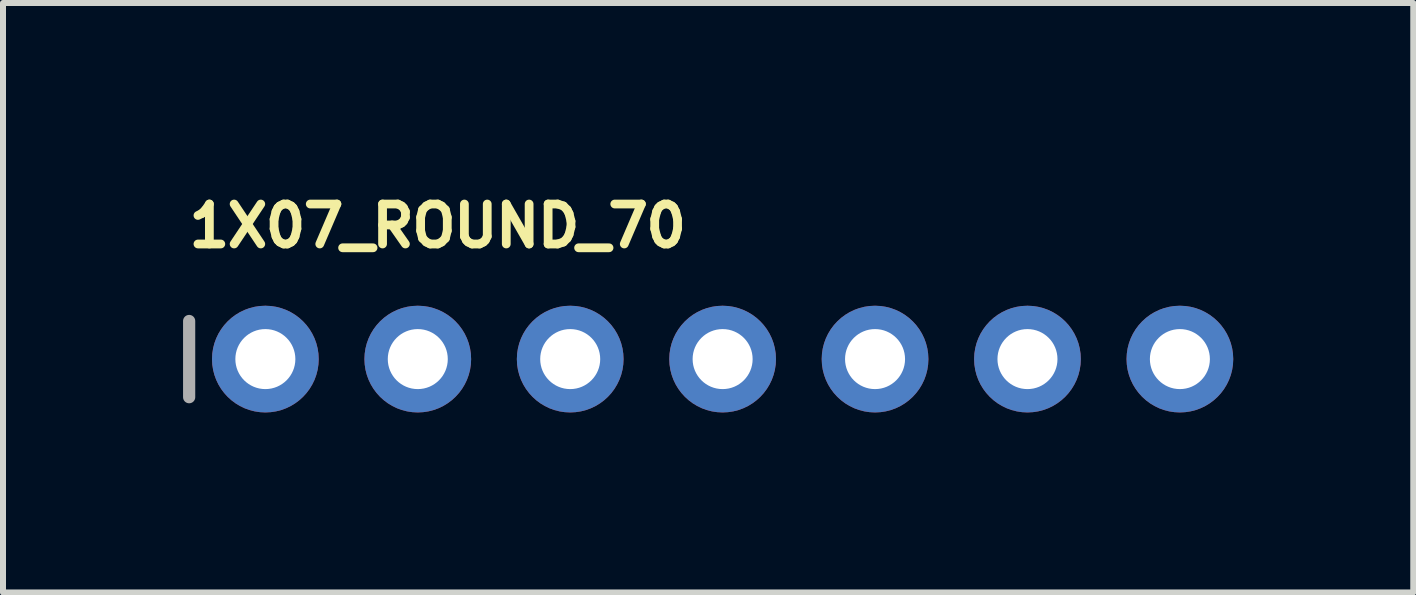
<source format=kicad_pcb>
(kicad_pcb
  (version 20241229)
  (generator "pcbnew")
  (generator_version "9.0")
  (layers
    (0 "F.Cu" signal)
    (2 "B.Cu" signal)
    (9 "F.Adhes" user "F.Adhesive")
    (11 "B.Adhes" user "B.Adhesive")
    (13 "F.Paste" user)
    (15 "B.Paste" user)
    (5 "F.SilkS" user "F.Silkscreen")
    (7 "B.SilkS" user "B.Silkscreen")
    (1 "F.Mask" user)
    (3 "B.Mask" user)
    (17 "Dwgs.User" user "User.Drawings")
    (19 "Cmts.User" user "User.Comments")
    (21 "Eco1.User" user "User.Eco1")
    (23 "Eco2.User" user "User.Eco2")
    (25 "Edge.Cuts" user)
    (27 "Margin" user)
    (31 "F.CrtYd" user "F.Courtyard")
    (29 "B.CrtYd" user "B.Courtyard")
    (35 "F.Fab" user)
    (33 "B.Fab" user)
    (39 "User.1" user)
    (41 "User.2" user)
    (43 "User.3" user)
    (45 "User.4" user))
  (footprint "1X07_ROUND_70"
    (layer "F.Cu")
    (at 8.992 2.934)
    (property "Reference" "1X07_ROUND_70" (at -8.966 -1.829 0) (layer "F.SilkS") (effects (font (size 0.666 0.666) (thickness 0.146)) (justify left bottom)))
    (fp_line (start -8.89 -0.635) (end -8.89 0.635) (stroke (width 0.203) (type solid)) (layer "F.Fab"))
    (fp_poly (pts (xy -7.874 0.254) (xy -7.366 0.254) (xy -7.366 -0.254) (xy -7.874 -0.254)) (stroke (width 0.1) (type default)) (fill no) (layer "F.Fab"))
    (fp_poly (pts (xy -5.334 0.254) (xy -4.826 0.254) (xy -4.826 -0.254) (xy -5.334 -0.254)) (stroke (width 0.1) (type default)) (fill no) (layer "F.Fab"))
    (fp_poly (pts (xy -2.794 0.254) (xy -2.286 0.254) (xy -2.286 -0.254) (xy -2.794 -0.254)) (stroke (width 0.1) (type default)) (fill no) (layer "F.Fab"))
    (fp_poly (pts (xy -0.254 0.254) (xy 0.254 0.254) (xy 0.254 -0.254) (xy -0.254 -0.254)) (stroke (width 0.1) (type default)) (fill no) (layer "F.Fab"))
    (fp_poly (pts (xy 2.286 0.254) (xy 2.794 0.254) (xy 2.794 -0.254) (xy 2.286 -0.254)) (stroke (width 0.1) (type default)) (fill no) (layer "F.Fab"))
    (fp_poly (pts (xy 4.826 0.254) (xy 5.334 0.254) (xy 5.334 -0.254) (xy 4.826 -0.254)) (stroke (width 0.1) (type default)) (fill no) (layer "F.Fab"))
    (fp_poly (pts (xy 7.366 0.254) (xy 7.874 0.254) (xy 7.874 -0.254) (xy 7.366 -0.254)) (stroke (width 0.1) (type default)) (fill no) (layer "F.Fab"))
    (pad "1" thru_hole circle (at -7.62 0 90) (size 1.778 1.778) (drill 1) (layers "*.Cu" "*.Mask"))
    (pad "2" thru_hole circle (at -5.08 0 90) (size 1.778 1.778) (drill 1) (layers "*.Cu" "*.Mask"))
    (pad "3" thru_hole circle (at -2.54 0 90) (size 1.778 1.778) (drill 1) (layers "*.Cu" "*.Mask"))
    (pad "4" thru_hole circle (at 0 0 90) (size 1.778 1.778) (drill 1) (layers "*.Cu" "*.Mask"))
    (pad "5" thru_hole circle (at 2.54 0 90) (size 1.778 1.778) (drill 1) (layers "*.Cu" "*.Mask"))
    (pad "6" thru_hole circle (at 5.08 0 90) (size 1.778 1.778) (drill 1) (layers "*.Cu" "*.Mask"))
    (pad "7" thru_hole circle (at 7.62 0 90) (size 1.778 1.778) (drill 1) (layers "*.Cu" "*.Mask")))
  (gr_rect
    (start -3 -3)
    (end 20.501 6.823)
    (stroke (width 0.1) (type default))
    (fill no)
    (layer "Edge.Cuts")))
</source>
